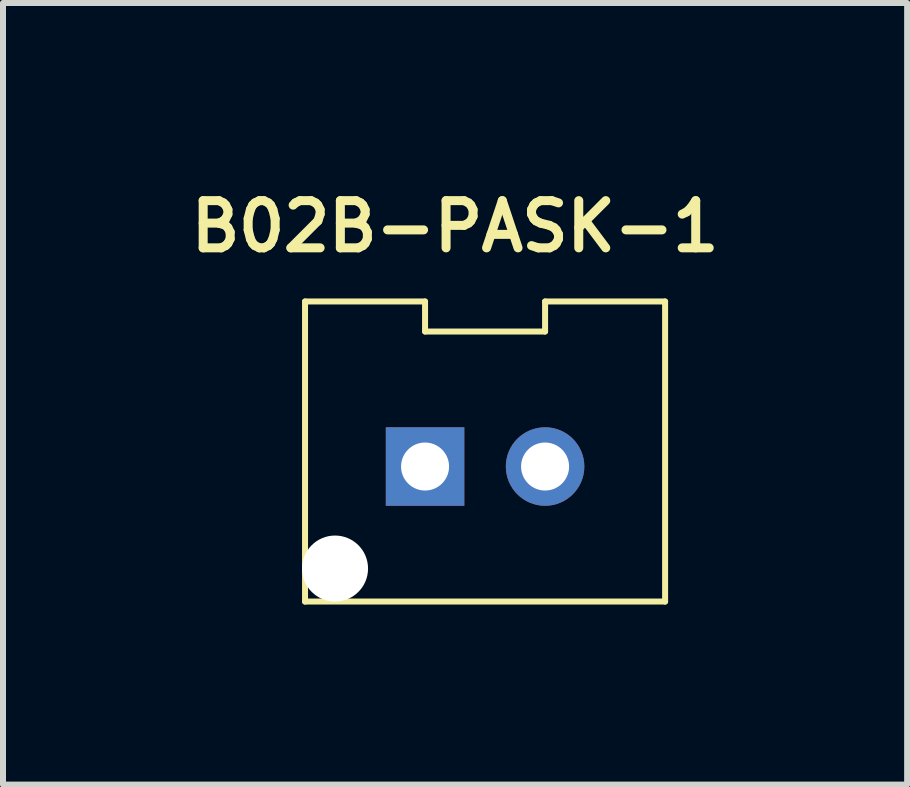
<source format=kicad_pcb>
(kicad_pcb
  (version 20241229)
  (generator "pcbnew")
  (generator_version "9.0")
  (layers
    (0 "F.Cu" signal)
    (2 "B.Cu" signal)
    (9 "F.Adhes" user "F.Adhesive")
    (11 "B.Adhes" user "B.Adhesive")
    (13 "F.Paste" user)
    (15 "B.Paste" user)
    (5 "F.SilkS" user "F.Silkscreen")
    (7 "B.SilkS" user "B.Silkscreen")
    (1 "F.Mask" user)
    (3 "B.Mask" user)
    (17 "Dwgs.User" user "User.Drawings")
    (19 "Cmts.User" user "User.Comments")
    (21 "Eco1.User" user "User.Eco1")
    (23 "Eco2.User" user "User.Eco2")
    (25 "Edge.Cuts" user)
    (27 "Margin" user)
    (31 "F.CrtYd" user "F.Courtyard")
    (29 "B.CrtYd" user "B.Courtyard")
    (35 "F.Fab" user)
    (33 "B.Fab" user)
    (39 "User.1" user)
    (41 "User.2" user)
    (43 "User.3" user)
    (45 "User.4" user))
  (footprint "B02B-PASK-1"
    (layer "F.Cu")
    (at 5.033 4.724)
    (property "Reference" "B02B-PASK-1" (at -0.5 -4 0) (layer "F.SilkS") (effects (font (size 0.787 0.787) (thickness 0.15))))
    (attr through_hole)
    (fp_line (start -3 -2.75) (end -3 2.25) (stroke (width 0.1) (type solid)) (layer "F.SilkS"))
    (fp_line (start -3 2.25) (end 3 2.25) (stroke (width 0.1) (type solid)) (layer "F.SilkS"))
    (fp_line (start -1 -2.75) (end -3 -2.75) (stroke (width 0.1) (type solid)) (layer "F.SilkS"))
    (fp_line (start -1 -2.75) (end -1 -2.25) (stroke (width 0.1) (type solid)) (layer "F.SilkS"))
    (fp_line (start -1 -2.25) (end 1 -2.25) (stroke (width 0.1) (type solid)) (layer "F.SilkS"))
    (fp_line (start 1 -2.25) (end 1 -2.75) (stroke (width 0.1) (type solid)) (layer "F.SilkS"))
    (fp_line (start 3 -2.75) (end 1 -2.75) (stroke (width 0.1) (type solid)) (layer "F.SilkS"))
    (fp_line (start 3 2.25) (end 3 -2.75) (stroke (width 0.1) (type solid)) (layer "F.SilkS"))
    (pad "" np_thru_hole circle (at -2.5 1.7) (size 1.1 1.1) (drill 1.1) (layers "*.Cu" "*.Mask"))
    (pad "1" thru_hole rect (at -1 0) (size 1.308 1.308) (drill 0.8) (layers "*.Cu" "*.Mask"))
    (pad "2" thru_hole circle (at 1 0) (size 1.308 1.308) (drill 0.8) (layers "*.Cu" "*.Mask")))
  (gr_rect
    (start -3 -3)
    (end 12.066 10.024)
    (stroke (width 0.1) (type default))
    (fill no)
    (layer "Edge.Cuts")))
</source>
